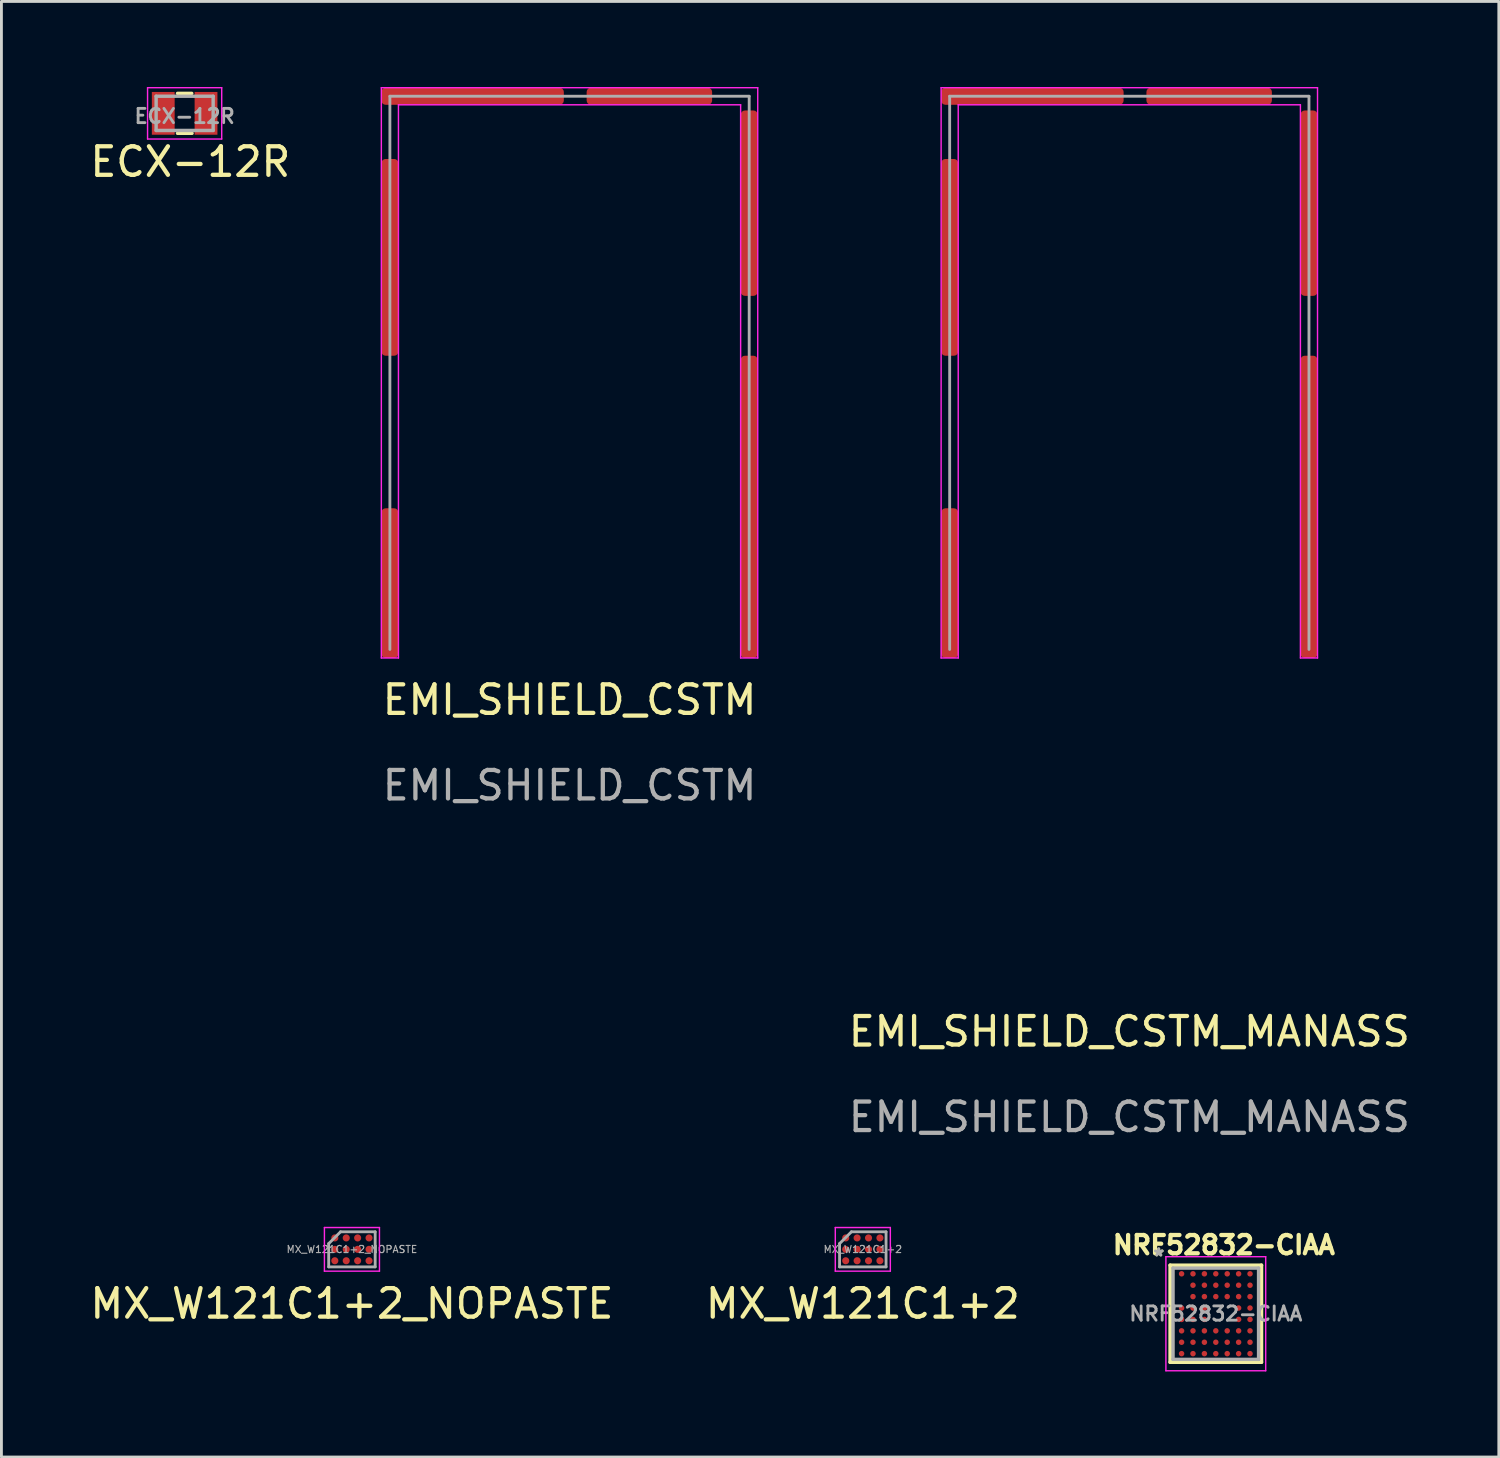
<source format=kicad_pcb>
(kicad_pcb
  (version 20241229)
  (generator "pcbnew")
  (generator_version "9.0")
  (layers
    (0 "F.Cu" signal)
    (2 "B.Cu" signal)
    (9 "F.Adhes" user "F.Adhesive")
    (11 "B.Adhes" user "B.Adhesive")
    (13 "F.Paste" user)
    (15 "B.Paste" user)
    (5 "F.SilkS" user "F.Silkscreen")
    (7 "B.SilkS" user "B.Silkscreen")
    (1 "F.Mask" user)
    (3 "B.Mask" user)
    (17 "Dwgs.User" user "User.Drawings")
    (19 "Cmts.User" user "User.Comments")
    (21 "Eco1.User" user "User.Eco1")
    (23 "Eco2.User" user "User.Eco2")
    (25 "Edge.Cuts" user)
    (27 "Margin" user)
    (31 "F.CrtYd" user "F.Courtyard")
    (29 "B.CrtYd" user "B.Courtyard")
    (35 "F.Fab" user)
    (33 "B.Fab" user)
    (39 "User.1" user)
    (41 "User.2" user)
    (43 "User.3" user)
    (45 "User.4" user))
  (footprint "EMI_SHIELD_CSTM_MANASS"
    (layer "F.Cu")
    (at 36.554 10.025)
    (property "Reference" "EMI_SHIELD_CSTM_MANASS" (at 0 23.1 0) (unlocked yes) (layer "F.SilkS") (effects (font (size 1 1) (thickness 0.15))))
    (attr smd)
    (fp_rect (start -6.5 -0.8) (end -6.1 -3.05) (stroke (width 0.12) (type solid)) (fill yes) (layer "F.Paste"))
    (fp_rect (start -6.5 9.85) (end -6.1 7.85) (stroke (width 0.12) (type solid)) (fill yes) (layer "F.Paste"))
    (fp_rect (start -6.1 -6.95) (end -6.5 -7.35) (stroke (width 0.12) (type solid)) (fill yes) (layer "F.Paste"))
    (fp_rect (start -4.4 -9.5) (end -6.45 -9.9) (stroke (width 0.12) (type solid)) (fill yes) (layer "F.Paste"))
    (fp_rect (start 1.2 -9.5) (end 0.8 -9.9) (stroke (width 0.12) (type solid)) (fill yes) (layer "F.Paste"))
    (fp_rect (start 4.8 -9.5) (end 3.6 -9.9) (stroke (width 0.12) (type solid)) (fill yes) (layer "F.Paste"))
    (fp_rect (start 6.1 -2.9) (end 6.5 -5.55) (stroke (width 0.12) (type solid)) (fill yes) (layer "F.Paste"))
    (fp_rect (start 6.1 9.35) (end 6.5 3.45) (stroke (width 0.12) (type solid)) (fill yes) (layer "F.Paste"))
    (fp_line (start -6.6 -10) (end 6.6 -10) (stroke (width 0.05) (type solid)) (layer "F.CrtYd"))
    (fp_line (start -6.6 10) (end -6.6 -10) (stroke (width 0.05) (type solid)) (layer "F.CrtYd"))
    (fp_line (start -6 -9.4) (end -6 10) (stroke (width 0.05) (type solid)) (layer "F.CrtYd"))
    (fp_line (start -6 10) (end -6.6 10) (stroke (width 0.05) (type solid)) (layer "F.CrtYd"))
    (fp_line (start 6 -9.4) (end -6 -9.4) (stroke (width 0.05) (type solid)) (layer "F.CrtYd"))
    (fp_line (start 6 10) (end 6 -9.4) (stroke (width 0.05) (type solid)) (layer "F.CrtYd"))
    (fp_line (start 6.6 -10) (end 6.6 10) (stroke (width 0.05) (type solid)) (layer "F.CrtYd"))
    (fp_line (start 6.6 10) (end 6 10) (stroke (width 0.05) (type solid)) (layer "F.CrtYd"))
    (fp_line (start -6.3 -9.7) (end 6.3 -9.7) (stroke (width 0.1) (type solid)) (layer "F.Fab"))
    (fp_line (start -6.3 9.7) (end -6.3 -9.7) (stroke (width 0.1) (type solid)) (layer "F.Fab"))
    (fp_line (start 6.3 -9.7) (end 6.3 9.7) (stroke (width 0.1) (type solid)) (layer "F.Fab"))
    (fp_text user "${REFERENCE}" (at 0 26.1 0) (unlocked yes) (layer "F.Fab") (effects (font (size 1 1) (thickness 0.15))))
    (pad "1" smd roundrect (at -6.3 -4.05 180) (size 0.6 6.9) (layers "F.Cu" "F.Mask") (roundrect_rratio 0.25))
    (pad "1" smd roundrect (at -6.3 7.375 180) (size 0.6 5.25) (layers "F.Cu" "F.Mask") (roundrect_rratio 0.25))
    (pad "1" smd roundrect (at -3.4 -9.7 90) (size 0.6 6.4) (layers "F.Cu" "F.Mask") (roundrect_rratio 0.25))
    (pad "1" smd roundrect (at 2.8 -9.7 90) (size 0.6 4.4) (layers "F.Cu" "F.Mask") (roundrect_rratio 0.25))
    (pad "1" smd roundrect (at 6.3 -5.95 180) (size 0.6 6.5) (layers "F.Cu" "F.Mask") (roundrect_rratio 0.25))
    (pad "1" smd roundrect (at 6.3 4.7 180) (size 0.6 10.6) (layers "F.Cu" "F.Mask") (roundrect_rratio 0.25)))
  (footprint "NRF52832-CIAA"
    (layer "F.Cu")
    (at 39.587 43.021)
    (property "Reference" "NRF52832-CIAA" (at 0.282 -2.409 0) (layer "F.SilkS") (effects (font (size 0.641 0.641) (thickness 0.15))))
    (attr smd)
    (fp_line (start -1.6 -1.7) (end 1.6 -1.7) (stroke (width 0.127) (type solid)) (layer "F.SilkS"))
    (fp_line (start -1.6 1.7) (end -1.6 -1.7) (stroke (width 0.127) (type solid)) (layer "F.SilkS"))
    (fp_line (start 1.6 -1.7) (end 1.6 1.7) (stroke (width 0.127) (type solid)) (layer "F.SilkS"))
    (fp_line (start 1.6 1.7) (end -1.6 1.7) (stroke (width 0.127) (type solid)) (layer "F.SilkS"))
    (fp_line (start -1.75 -2) (end 1.75 -2) (stroke (width 0.05) (type solid)) (layer "F.CrtYd"))
    (fp_line (start -1.75 2) (end -1.75 -2) (stroke (width 0.05) (type solid)) (layer "F.CrtYd"))
    (fp_line (start 1.75 -2) (end 1.75 2) (stroke (width 0.05) (type solid)) (layer "F.CrtYd"))
    (fp_line (start 1.75 2) (end -1.75 2) (stroke (width 0.05) (type solid)) (layer "F.CrtYd"))
    (fp_line (start -1.5 -1.6) (end 1.5 -1.6) (stroke (width 0.12) (type solid)) (layer "F.Fab"))
    (fp_line (start -1.5 1.6) (end -1.5 -1.6) (stroke (width 0.12) (type solid)) (layer "F.Fab"))
    (fp_line (start 1.5 -1.6) (end 1.5 1.6) (stroke (width 0.12) (type solid)) (layer "F.Fab"))
    (fp_line (start 1.5 1.6) (end -1.5 1.6) (stroke (width 0.12) (type solid)) (layer "F.Fab"))
    (fp_text user "*" (at -2 -2 0) (layer "F.SilkS") (effects (font (size 0.5 0.5) (thickness 0.1))))
    (fp_text user "${REFERENCE}" (at 0 0 0) (layer "F.Fab") (effects (font (size 0.5 0.5) (thickness 0.1))))
    (fp_text user "*" (at -2 -2 0) (layer "F.Fab") (effects (font (size 0.5 0.5) (thickness 0.1))))
    (pad "A1" smd circle (at -1.2 -1.4) (size 0.193 0.193) (layers "F.Cu" "F.Mask" "F.Paste"))
    (pad "A2" smd circle (at -0.8 -1.4) (size 0.193 0.193) (layers "F.Cu" "F.Mask" "F.Paste"))
    (pad "A3" smd circle (at -0.4 -1.4) (size 0.193 0.193) (layers "F.Cu" "F.Mask" "F.Paste"))
    (pad "A4" smd circle (at 0 -1.4) (size 0.193 0.193) (layers "F.Cu" "F.Mask" "F.Paste"))
    (pad "A5" smd circle (at 0.4 -1.4) (size 0.193 0.193) (layers "F.Cu" "F.Mask" "F.Paste"))
    (pad "A6" smd circle (at 0.8 -1.4) (size 0.193 0.193) (layers "F.Cu" "F.Mask" "F.Paste"))
    (pad "A7" smd circle (at 1.2 -1.4) (size 0.193 0.193) (layers "F.Cu" "F.Mask" "F.Paste"))
    (pad "B2" smd circle (at -0.8 -1) (size 0.193 0.193) (layers "F.Cu" "F.Mask" "F.Paste"))
    (pad "B3" smd circle (at -0.4 -1) (size 0.193 0.193) (layers "F.Cu" "F.Mask" "F.Paste"))
    (pad "B4" smd circle (at 0 -1) (size 0.193 0.193) (layers "F.Cu" "F.Mask" "F.Paste"))
    (pad "B5" smd circle (at 0.4 -1) (size 0.193 0.193) (layers "F.Cu" "F.Mask" "F.Paste"))
    (pad "B6" smd circle (at 0.8 -1) (size 0.193 0.193) (layers "F.Cu" "F.Mask" "F.Paste"))
    (pad "B7" smd circle (at 1.2 -1) (size 0.193 0.193) (layers "F.Cu" "F.Mask" "F.Paste"))
    (pad "C2" smd circle (at -0.8 -0.6) (size 0.193 0.193) (layers "F.Cu" "F.Mask" "F.Paste"))
    (pad "C3" smd circle (at -0.4 -0.6) (size 0.193 0.193) (layers "F.Cu" "F.Mask" "F.Paste"))
    (pad "C4" smd circle (at 0 -0.6) (size 0.193 0.193) (layers "F.Cu" "F.Mask" "F.Paste"))
    (pad "C5" smd circle (at 0.4 -0.6) (size 0.193 0.193) (layers "F.Cu" "F.Mask" "F.Paste"))
    (pad "C6" smd circle (at 0.8 -0.6) (size 0.193 0.193) (layers "F.Cu" "F.Mask" "F.Paste"))
    (pad "C7" smd circle (at 1.2 -0.6) (size 0.193 0.193) (layers "F.Cu" "F.Mask" "F.Paste"))
    (pad "D1" smd circle (at -1.2 -0.2) (size 0.193 0.193) (layers "F.Cu" "F.Mask" "F.Paste"))
    (pad "D2" smd circle (at -0.8 -0.2) (size 0.193 0.193) (layers "F.Cu" "F.Mask" "F.Paste"))
    (pad "D3" smd circle (at -0.4 -0.2) (size 0.193 0.193) (layers "F.Cu" "F.Mask" "F.Paste"))
    (pad "D6" smd circle (at 0.8 -0.2) (size 0.193 0.193) (layers "F.Cu" "F.Mask" "F.Paste"))
    (pad "D7" smd circle (at 1.2 -0.2) (size 0.193 0.193) (layers "F.Cu" "F.Mask" "F.Paste"))
    (pad "E1" smd circle (at -1.2 0.2) (size 0.193 0.193) (layers "F.Cu" "F.Mask" "F.Paste"))
    (pad "E2" smd circle (at -0.8 0.2) (size 0.193 0.193) (layers "F.Cu" "F.Mask" "F.Paste"))
    (pad "E3" smd circle (at -0.4 0.2) (size 0.193 0.193) (layers "F.Cu" "F.Mask" "F.Paste"))
    (pad "E6" smd circle (at 0.8 0.2) (size 0.193 0.193) (layers "F.Cu" "F.Mask" "F.Paste"))
    (pad "E7" smd circle (at 1.2 0.2) (size 0.193 0.193) (layers "F.Cu" "F.Mask" "F.Paste"))
    (pad "F1" smd circle (at -1.2 0.6) (size 0.193 0.193) (layers "F.Cu" "F.Mask" "F.Paste"))
    (pad "F2" smd circle (at -0.8 0.6) (size 0.193 0.193) (layers "F.Cu" "F.Mask" "F.Paste"))
    (pad "F3" smd circle (at -0.4 0.6) (size 0.193 0.193) (layers "F.Cu" "F.Mask" "F.Paste"))
    (pad "F4" smd circle (at 0 0.6) (size 0.193 0.193) (layers "F.Cu" "F.Mask" "F.Paste"))
    (pad "F5" smd circle (at 0.4 0.6) (size 0.193 0.193) (layers "F.Cu" "F.Mask" "F.Paste"))
    (pad "F6" smd circle (at 0.8 0.6) (size 0.193 0.193) (layers "F.Cu" "F.Mask" "F.Paste"))
    (pad "F7" smd circle (at 1.2 0.6) (size 0.193 0.193) (layers "F.Cu" "F.Mask" "F.Paste"))
    (pad "G1" smd circle (at -1.2 1) (size 0.193 0.193) (layers "F.Cu" "F.Mask" "F.Paste"))
    (pad "G2" smd circle (at -0.8 1) (size 0.193 0.193) (layers "F.Cu" "F.Mask" "F.Paste"))
    (pad "G3" smd circle (at -0.4 1) (size 0.193 0.193) (layers "F.Cu" "F.Mask" "F.Paste"))
    (pad "G4" smd circle (at 0 1) (size 0.193 0.193) (layers "F.Cu" "F.Mask" "F.Paste"))
    (pad "G5" smd circle (at 0.4 1) (size 0.193 0.193) (layers "F.Cu" "F.Mask" "F.Paste"))
    (pad "G6" smd circle (at 0.8 1) (size 0.193 0.193) (layers "F.Cu" "F.Mask" "F.Paste"))
    (pad "G7" smd circle (at 1.2 1) (size 0.193 0.193) (layers "F.Cu" "F.Mask" "F.Paste"))
    (pad "H1" smd circle (at -1.2 1.4) (size 0.193 0.193) (layers "F.Cu" "F.Mask" "F.Paste"))
    (pad "H2" smd circle (at -0.8 1.4) (size 0.193 0.193) (layers "F.Cu" "F.Mask" "F.Paste"))
    (pad "H3" smd circle (at -0.4 1.4) (size 0.193 0.193) (layers "F.Cu" "F.Mask" "F.Paste"))
    (pad "H4" smd circle (at 0 1.4) (size 0.193 0.193) (layers "F.Cu" "F.Mask" "F.Paste"))
    (pad "H5" smd circle (at 0.4 1.4) (size 0.193 0.193) (layers "F.Cu" "F.Mask" "F.Paste"))
    (pad "H6" smd circle (at 0.8 1.4) (size 0.193 0.193) (layers "F.Cu" "F.Mask" "F.Paste"))
    (pad "H7" smd circle (at 1.2 1.4) (size 0.193 0.193) (layers "F.Cu" "F.Mask" "F.Paste")))
  (footprint "ECX-12R"
    (layer "F.Cu")
    (at 3.425 0.925)
    (property "Reference" "ECX-12R" (at 0.2 1.7 0) (layer "F.SilkS") (effects (font (size 1 1) (thickness 0.15))))
    (attr smd)
    (fp_line (start -0.25 -0.7) (end 0.25 -0.7) (stroke (width 0.12) (type solid)) (layer "F.SilkS"))
    (fp_line (start -0.25 0.7) (end 0.26 0.7) (stroke (width 0.12) (type solid)) (layer "F.SilkS"))
    (fp_line (start -1.3 -0.9) (end 1.3 -0.9) (stroke (width 0.05) (type solid)) (layer "F.CrtYd"))
    (fp_line (start -1.3 0.9) (end -1.3 -0.9) (stroke (width 0.05) (type solid)) (layer "F.CrtYd"))
    (fp_line (start 1.3 -0.9) (end 1.3 0.9) (stroke (width 0.05) (type solid)) (layer "F.CrtYd"))
    (fp_line (start 1.3 0.9) (end -1.3 0.9) (stroke (width 0.05) (type solid)) (layer "F.CrtYd"))
    (fp_line (start -1 -0.6) (end 1 -0.6) (stroke (width 0.12) (type solid)) (layer "F.Fab"))
    (fp_line (start -1 0.6) (end -1 -0.6) (stroke (width 0.12) (type solid)) (layer "F.Fab"))
    (fp_line (start 1 -0.6) (end 1 0.6) (stroke (width 0.12) (type solid)) (layer "F.Fab"))
    (fp_line (start 1 0.6) (end -1 0.6) (stroke (width 0.12) (type solid)) (layer "F.Fab"))
    (fp_text user "${REFERENCE}" (at 0 0.1 0) (layer "F.Fab") (effects (font (size 0.5 0.5) (thickness 0.1))))
    (pad "1" smd rect (at -0.75 0 270) (size 1.5 0.8) (layers "F.Cu" "F.Mask" "F.Paste"))
    (pad "2" smd rect (at 0.75 0 270) (size 1.5 0.8) (layers "F.Cu" "F.Mask" "F.Paste")))
  (footprint "EMI_SHIELD_CSTM"
    (layer "F.Cu")
    (at 16.923 10.025)
    (property "Reference" "EMI_SHIELD_CSTM" (at 0 11.47 0) (unlocked yes) (layer "F.SilkS") (effects (font (size 1 1) (thickness 0.15))))
    (attr smd)
    (fp_line (start -6.6 -10) (end 6.6 -10) (stroke (width 0.05) (type solid)) (layer "F.CrtYd"))
    (fp_line (start -6.6 10) (end -6.6 -10) (stroke (width 0.05) (type solid)) (layer "F.CrtYd"))
    (fp_line (start -6 -9.4) (end -6 10) (stroke (width 0.05) (type solid)) (layer "F.CrtYd"))
    (fp_line (start -6 10) (end -6.6 10) (stroke (width 0.05) (type solid)) (layer "F.CrtYd"))
    (fp_line (start 6 -9.4) (end -6 -9.4) (stroke (width 0.05) (type solid)) (layer "F.CrtYd"))
    (fp_line (start 6 10) (end 6 -9.4) (stroke (width 0.05) (type solid)) (layer "F.CrtYd"))
    (fp_line (start 6.6 -10) (end 6.6 10) (stroke (width 0.05) (type solid)) (layer "F.CrtYd"))
    (fp_line (start 6.6 10) (end 6 10) (stroke (width 0.05) (type solid)) (layer "F.CrtYd"))
    (fp_line (start -6.3 -9.7) (end 6.3 -9.7) (stroke (width 0.1) (type solid)) (layer "F.Fab"))
    (fp_line (start -6.3 9.7) (end -6.3 -9.7) (stroke (width 0.1) (type solid)) (layer "F.Fab"))
    (fp_line (start 6.3 -9.7) (end 6.3 9.7) (stroke (width 0.1) (type solid)) (layer "F.Fab"))
    (fp_text user "${REFERENCE}" (at 0 14.47 0) (unlocked yes) (layer "F.Fab") (effects (font (size 1 1) (thickness 0.15))))
    (pad "1" smd roundrect (at -6.3 -4.05 180) (size 0.6 6.9) (layers "F.Cu" "F.Mask" "F.Paste") (roundrect_rratio 0.25))
    (pad "1" smd roundrect (at -6.3 7.375 180) (size 0.6 5.25) (layers "F.Cu" "F.Mask" "F.Paste") (roundrect_rratio 0.25))
    (pad "1" smd roundrect (at -3.4 -9.7 90) (size 0.6 6.4) (layers "F.Cu" "F.Mask" "F.Paste") (roundrect_rratio 0.25))
    (pad "1" smd roundrect (at 2.8 -9.7 90) (size 0.6 4.4) (layers "F.Cu" "F.Mask" "F.Paste") (roundrect_rratio 0.25))
    (pad "1" smd roundrect (at 6.3 -5.95 180) (size 0.6 6.5) (layers "F.Cu" "F.Mask" "F.Paste") (roundrect_rratio 0.25))
    (pad "1" smd roundrect (at 6.3 4.7 180) (size 0.6 10.6) (layers "F.Cu" "F.Mask" "F.Paste") (roundrect_rratio 0.25)))
  (footprint "MX_W121C1+2"
    (layer "F.Cu")
    (at 27.208 40.763)
    (property "Reference" "MX_W121C1+2" (at 0 1.905 0) (layer "F.SilkS") (effects (font (size 1 1) (thickness 0.15))))
    (attr smd)
    (fp_poly (pts (xy -0.55 -0.35) (xy -0.65 -0.35) (xy -0.65 -0.45) (xy -0.55 -0.45)) (stroke (width 0.1) (type solid)) (fill yes) (layer "F.Paste"))
    (fp_poly (pts (xy -0.55 0.05) (xy -0.65 0.05) (xy -0.65 -0.05) (xy -0.55 -0.05)) (stroke (width 0.1) (type solid)) (fill yes) (layer "F.Paste"))
    (fp_poly (pts (xy -0.55 0.45) (xy -0.65 0.45) (xy -0.65 0.35) (xy -0.55 0.35)) (stroke (width 0.1) (type solid)) (fill yes) (layer "F.Paste"))
    (fp_poly (pts (xy -0.15 -0.35) (xy -0.25 -0.35) (xy -0.25 -0.45) (xy -0.15 -0.45)) (stroke (width 0.1) (type solid)) (fill yes) (layer "F.Paste"))
    (fp_poly (pts (xy -0.15 0.05) (xy -0.25 0.05) (xy -0.25 -0.05) (xy -0.15 -0.05)) (stroke (width 0.1) (type solid)) (fill yes) (layer "F.Paste"))
    (fp_poly (pts (xy -0.15 0.45) (xy -0.25 0.45) (xy -0.25 0.35) (xy -0.15 0.35)) (stroke (width 0.1) (type solid)) (fill yes) (layer "F.Paste"))
    (fp_poly (pts (xy 0.25 -0.35) (xy 0.15 -0.35) (xy 0.15 -0.45) (xy 0.25 -0.45)) (stroke (width 0.1) (type solid)) (fill yes) (layer "F.Paste"))
    (fp_poly (pts (xy 0.25 0.05) (xy 0.15 0.05) (xy 0.15 -0.05) (xy 0.25 -0.05)) (stroke (width 0.1) (type solid)) (fill yes) (layer "F.Paste"))
    (fp_poly (pts (xy 0.25 0.45) (xy 0.15 0.45) (xy 0.15 0.35) (xy 0.25 0.35)) (stroke (width 0.1) (type solid)) (fill yes) (layer "F.Paste"))
    (fp_poly (pts (xy 0.65 -0.35) (xy 0.55 -0.35) (xy 0.55 -0.45) (xy 0.65 -0.45)) (stroke (width 0.1) (type solid)) (fill yes) (layer "F.Paste"))
    (fp_poly (pts (xy 0.65 0.05) (xy 0.55 0.05) (xy 0.55 -0.05) (xy 0.65 -0.05)) (stroke (width 0.1) (type solid)) (fill yes) (layer "F.Paste"))
    (fp_poly (pts (xy 0.65 0.45) (xy 0.55 0.45) (xy 0.55 0.35) (xy 0.65 0.35)) (stroke (width 0.1) (type solid)) (fill yes) (layer "F.Paste"))
    (fp_line (start -0.965 -0.765) (end 0.965 -0.765) (stroke (width 0.05) (type solid)) (layer "F.CrtYd"))
    (fp_line (start -0.965 0.765) (end -0.965 -0.765) (stroke (width 0.05) (type solid)) (layer "F.CrtYd"))
    (fp_line (start 0.965 -0.765) (end 0.965 0.765) (stroke (width 0.05) (type solid)) (layer "F.CrtYd"))
    (fp_line (start 0.965 0.765) (end -0.965 0.765) (stroke (width 0.05) (type solid)) (layer "F.CrtYd"))
    (fp_line (start -0.815 -0.2) (end -0.815 0.615) (stroke (width 0.1) (type solid)) (layer "F.Fab"))
    (fp_line (start -0.815 -0.2) (end -0.4 -0.615) (stroke (width 0.1) (type solid)) (layer "F.Fab"))
    (fp_line (start -0.815 0.615) (end 0.815 0.615) (stroke (width 0.1) (type solid)) (layer "F.Fab"))
    (fp_line (start 0.815 -0.615) (end -0.4 -0.615) (stroke (width 0.1) (type solid)) (layer "F.Fab"))
    (fp_line (start 0.815 0.615) (end 0.815 -0.615) (stroke (width 0.1) (type solid)) (layer "F.Fab"))
    (fp_text user "${REFERENCE}" (at 0 0 0) (layer "F.Fab") (effects (font (size 0.25 0.25) (thickness 0.04))))
    (pad "A1" smd circle (at -0.6 -0.4) (size 0.25 0.25) (layers "F.Cu" "F.Mask"))
    (pad "A2" smd circle (at -0.2 -0.4) (size 0.25 0.25) (layers "F.Cu" "F.Mask"))
    (pad "A3" smd circle (at 0.2 -0.4) (size 0.25 0.25) (layers "F.Cu" "F.Mask"))
    (pad "A4" smd circle (at 0.6 -0.4) (size 0.25 0.25) (layers "F.Cu" "F.Mask"))
    (pad "B1" smd circle (at -0.6 0) (size 0.25 0.25) (layers "F.Cu" "F.Mask"))
    (pad "B2" smd circle (at -0.2 0) (size 0.25 0.25) (layers "F.Cu" "F.Mask"))
    (pad "B3" smd circle (at 0.2 0) (size 0.25 0.25) (layers "F.Cu" "F.Mask"))
    (pad "B4" smd circle (at 0.6 0) (size 0.25 0.25) (layers "F.Cu" "F.Mask"))
    (pad "C1" smd circle (at -0.6 0.4) (size 0.25 0.25) (layers "F.Cu" "F.Mask"))
    (pad "C2" smd circle (at -0.2 0.4) (size 0.25 0.25) (layers "F.Cu" "F.Mask"))
    (pad "C3" smd circle (at 0.2 0.4) (size 0.25 0.25) (layers "F.Cu" "F.Mask"))
    (pad "C4" smd circle (at 0.6 0.4) (size 0.25 0.25) (layers "F.Cu" "F.Mask")))
  (footprint "MX_W121C1+2_NOPASTE"
    (layer "F.Cu")
    (at 9.292 40.763)
    (property "Reference" "MX_W121C1+2_NOPASTE" (at 0 1.905 0) (layer "F.SilkS") (effects (font (size 1 1) (thickness 0.15))))
    (attr smd)
    (fp_line (start -0.965 -0.765) (end 0.965 -0.765) (stroke (width 0.05) (type solid)) (layer "F.CrtYd"))
    (fp_line (start -0.965 0.765) (end -0.965 -0.765) (stroke (width 0.05) (type solid)) (layer "F.CrtYd"))
    (fp_line (start 0.965 -0.765) (end 0.965 0.765) (stroke (width 0.05) (type solid)) (layer "F.CrtYd"))
    (fp_line (start 0.965 0.765) (end -0.965 0.765) (stroke (width 0.05) (type solid)) (layer "F.CrtYd"))
    (fp_line (start -0.815 -0.2) (end -0.815 0.615) (stroke (width 0.1) (type solid)) (layer "F.Fab"))
    (fp_line (start -0.815 -0.2) (end -0.4 -0.615) (stroke (width 0.1) (type solid)) (layer "F.Fab"))
    (fp_line (start -0.815 0.615) (end 0.815 0.615) (stroke (width 0.1) (type solid)) (layer "F.Fab"))
    (fp_line (start 0.815 -0.615) (end -0.4 -0.615) (stroke (width 0.1) (type solid)) (layer "F.Fab"))
    (fp_line (start 0.815 0.615) (end 0.815 -0.615) (stroke (width 0.1) (type solid)) (layer "F.Fab"))
    (fp_text user "${REFERENCE}" (at 0 0 0) (layer "F.Fab") (effects (font (size 0.25 0.25) (thickness 0.04))))
    (pad "A1" smd circle (at -0.6 -0.4) (size 0.25 0.25) (layers "F.Cu" "F.Mask"))
    (pad "A2" smd circle (at -0.2 -0.4) (size 0.25 0.25) (layers "F.Cu" "F.Mask"))
    (pad "A3" smd circle (at 0.2 -0.4) (size 0.25 0.25) (layers "F.Cu" "F.Mask"))
    (pad "A4" smd circle (at 0.6 -0.4) (size 0.25 0.25) (layers "F.Cu" "F.Mask"))
    (pad "B1" smd circle (at -0.6 0) (size 0.25 0.25) (layers "F.Cu" "F.Mask"))
    (pad "B2" smd circle (at -0.2 0) (size 0.25 0.25) (layers "F.Cu" "F.Mask"))
    (pad "B3" smd circle (at 0.2 0) (size 0.25 0.25) (layers "F.Cu" "F.Mask"))
    (pad "B4" smd circle (at 0.6 0) (size 0.25 0.25) (layers "F.Cu" "F.Mask"))
    (pad "C1" smd circle (at -0.6 0.4) (size 0.25 0.25) (layers "F.Cu" "F.Mask"))
    (pad "C2" smd circle (at -0.2 0.4) (size 0.25 0.25) (layers "F.Cu" "F.Mask"))
    (pad "C3" smd circle (at 0.2 0.4) (size 0.25 0.25) (layers "F.Cu" "F.Mask"))
    (pad "C4" smd circle (at 0.6 0.4) (size 0.25 0.25) (layers "F.Cu" "F.Mask")))
  (gr_rect
    (start -3 -3)
    (end 49.512 48.046)
    (stroke (width 0.1) (type default))
    (fill no)
    (layer "Edge.Cuts")))
</source>
